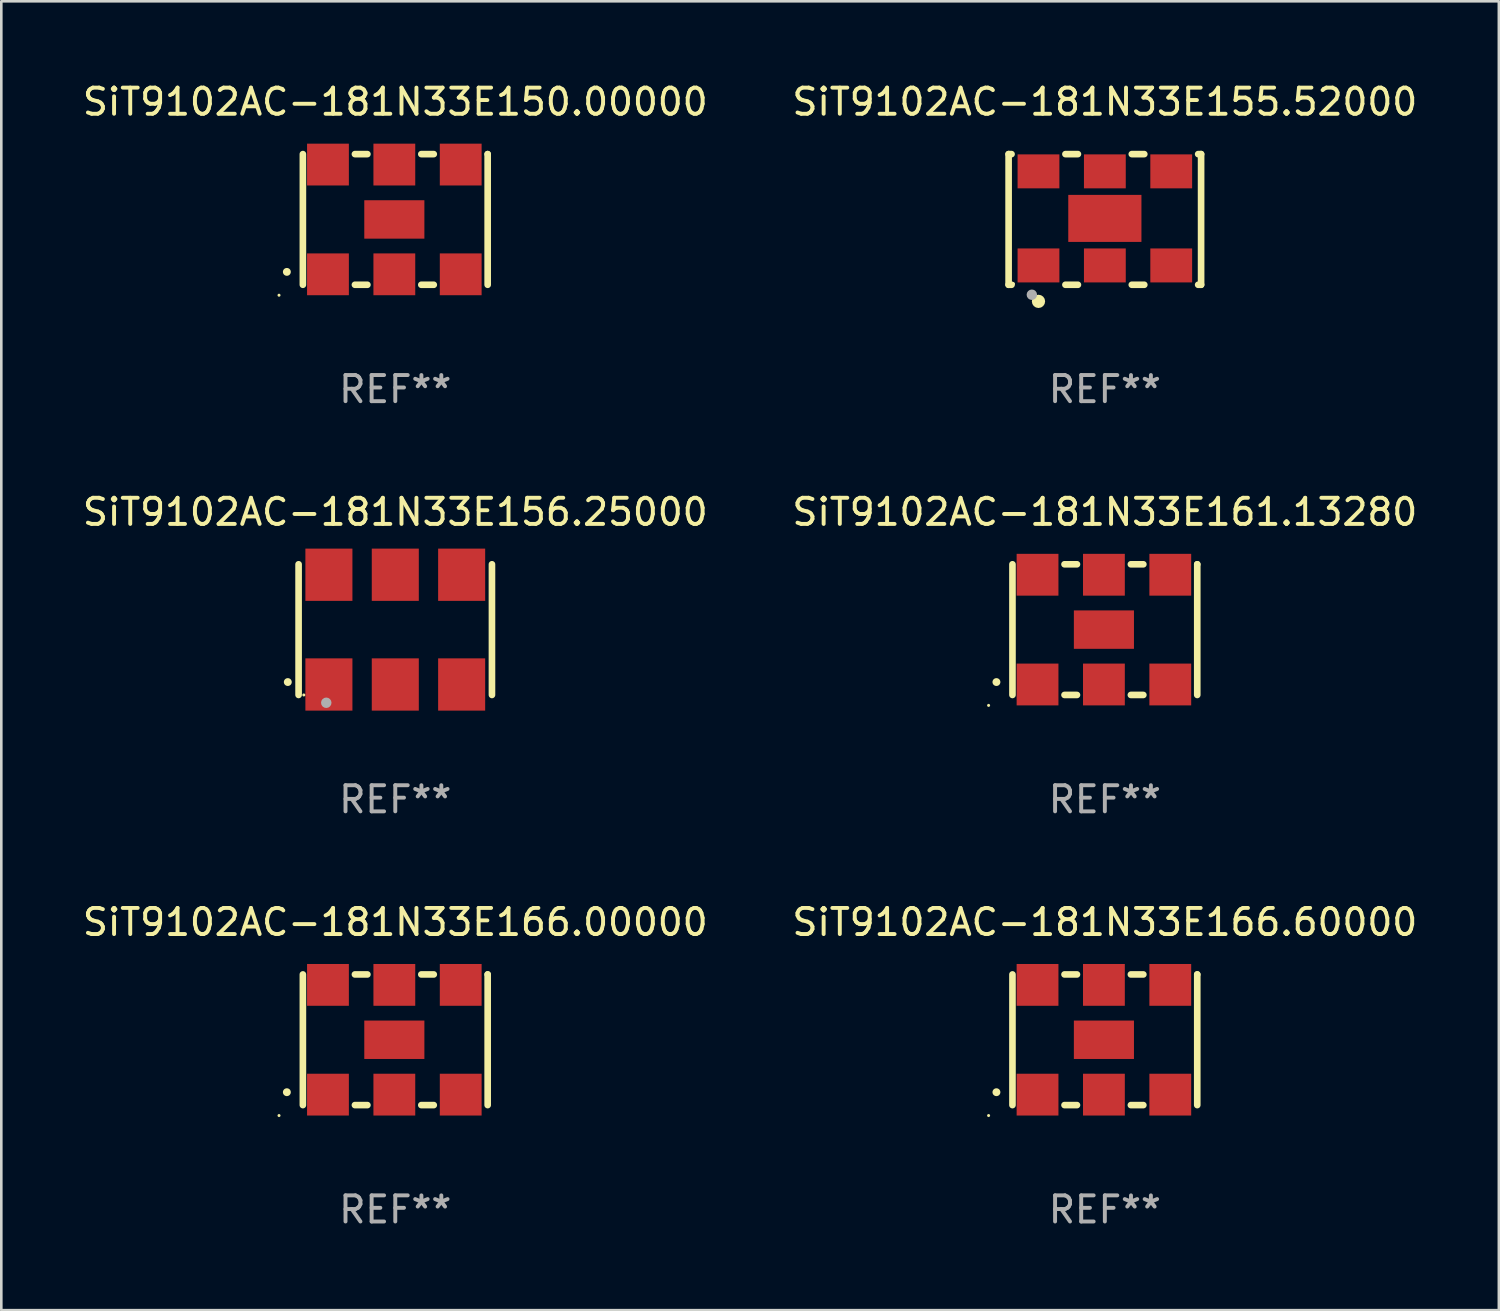
<source format=kicad_pcb>
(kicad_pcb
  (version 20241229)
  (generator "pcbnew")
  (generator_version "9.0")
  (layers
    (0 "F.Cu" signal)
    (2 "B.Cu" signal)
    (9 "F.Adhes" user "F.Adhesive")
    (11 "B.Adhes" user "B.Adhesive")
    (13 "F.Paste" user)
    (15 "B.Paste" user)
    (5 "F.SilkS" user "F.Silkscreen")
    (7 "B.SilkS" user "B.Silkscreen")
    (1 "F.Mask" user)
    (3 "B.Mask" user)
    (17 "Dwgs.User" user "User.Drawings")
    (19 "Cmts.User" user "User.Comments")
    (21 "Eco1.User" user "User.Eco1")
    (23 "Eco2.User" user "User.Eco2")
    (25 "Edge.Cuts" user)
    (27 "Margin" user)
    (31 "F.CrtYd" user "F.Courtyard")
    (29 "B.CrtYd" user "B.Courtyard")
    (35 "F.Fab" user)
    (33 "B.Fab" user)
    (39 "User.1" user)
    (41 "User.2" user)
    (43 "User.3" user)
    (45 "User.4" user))
  (footprint "SiT9102AC-181N33E166.00000"
    (layer "F.Cu")
    (at 12.077 36.741)
    (property "Reference" "SiT9102AC-181N33E166.00000" (at 0 -4.5 0) (layer "F.SilkS") (effects (font (size 1 1) (thickness 0.15))))
    (attr through_hole)
    (fp_line (start -3.536 -2.5) (end -3.536 2.5) (stroke (width 0.254) (type solid)) (layer "F.SilkS"))
    (fp_line (start -1.544 2.5) (end -1.067 2.5) (stroke (width 0.254) (type solid)) (layer "F.SilkS"))
    (fp_line (start -1.067 -2.5) (end -1.544 -2.5) (stroke (width 0.254) (type solid)) (layer "F.SilkS"))
    (fp_line (start 0.996 2.5) (end 1.473 2.5) (stroke (width 0.254) (type solid)) (layer "F.SilkS"))
    (fp_line (start 1.473 -2.5) (end 0.996 -2.5) (stroke (width 0.254) (type solid)) (layer "F.SilkS"))
    (fp_line (start 3.536 -2.5) (end 3.536 -2.5) (stroke (width 0.254) (type solid)) (layer "F.SilkS"))
    (fp_line (start 3.536 2.5) (end 3.536 -2.5) (stroke (width 0.254) (type solid)) (layer "F.SilkS"))
    (fp_arc (start -4.150432 2.006604) (mid -4.149162 2.006599) (end -4.147892 2.006604) (stroke (width 0.3) (type solid)) (layer "F.SilkS"))
    (fp_circle (center -4.449 2.9) (end -4.419 2.9) (stroke (width 0.06) (type solid)) (fill no) (layer "F.SilkS"))
    (fp_text user "REF**" (at 0 6.5 0) (layer "F.Fab") (effects (font (size 1 1) (thickness 0.15))))
    (pad "1" smd rect (at -2.576 2.1) (size 1.6 1.6) (layers "F.Cu" "F.Mask" "F.Paste"))
    (pad "2" smd rect (at -0.036 2.1) (size 1.6 1.6) (layers "F.Cu" "F.Mask" "F.Paste"))
    (pad "3" smd rect (at 2.504 2.1) (size 1.6 1.6) (layers "F.Cu" "F.Mask" "F.Paste"))
    (pad "4" smd rect (at 2.504 -2.1) (size 1.6 1.6) (layers "F.Cu" "F.Mask" "F.Paste"))
    (pad "5" smd rect (at -0.036 -2.1) (size 1.6 1.6) (layers "F.Cu" "F.Mask" "F.Paste"))
    (pad "6" smd rect (at -2.576 -2.1) (size 1.6 1.6) (layers "F.Cu" "F.Mask" "F.Paste"))
    (pad "7" smd rect (at -0.036 0) (size 2.3 1.47) (layers "F.Cu" "F.Mask" "F.Paste")))
  (footprint "SiT9102AC-181N33E156.25000"
    (layer "F.Cu")
    (at 12.077 21.045)
    (property "Reference" "SiT9102AC-181N33E156.25000" (at 0 -4.5 0) (layer "F.SilkS") (effects (font (size 1 1) (thickness 0.15))))
    (attr through_hole)
    (fp_line (start -3.7 -2.5) (end -3.7 2.5) (stroke (width 0.254) (type solid)) (layer "F.SilkS"))
    (fp_line (start 3.7 -2.5) (end 3.7 2.5) (stroke (width 0.254) (type solid)) (layer "F.SilkS"))
    (fp_arc (start -4.114415 2.006604) (mid -4.113145 2.006599) (end -4.111875 2.006604) (stroke (width 0.3) (type solid)) (layer "F.SilkS"))
    (fp_circle (center -3.5 2.501) (end -3.47 2.501) (stroke (width 0.06) (type solid)) (fill no) (layer "F.SilkS"))
    (fp_circle (center -2.641 2.799) (end -2.541 2.799) (stroke (width 0.2) (type solid)) (fill no) (layer "F.Fab"))
    (fp_text user "REF**" (at 0 6.5 0) (layer "F.Fab") (effects (font (size 1 1) (thickness 0.15))))
    (pad "1" smd rect (at -2.54 2.1) (size 1.8 2) (layers "F.Cu" "F.Mask" "F.Paste"))
    (pad "2" smd rect (at 0.000394 2.1) (size 1.8 2) (layers "F.Cu" "F.Mask" "F.Paste"))
    (pad "3" smd rect (at 2.54 2.1) (size 1.8 2) (layers "F.Cu" "F.Mask" "F.Paste"))
    (pad "4" smd rect (at 2.54 -2.1) (size 1.8 2) (layers "F.Cu" "F.Mask" "F.Paste"))
    (pad "5" smd rect (at 0.000394 -2.1) (size 1.8 2) (layers "F.Cu" "F.Mask" "F.Paste"))
    (pad "6" smd rect (at -2.54 -2.1) (size 1.8 2) (layers "F.Cu" "F.Mask" "F.Paste")))
  (footprint "SiT9102AC-181N33E161.13280"
    (layer "F.Cu")
    (at 39.232 21.045)
    (property "Reference" "SiT9102AC-181N33E161.13280" (at 0 -4.5 0) (layer "F.SilkS") (effects (font (size 1 1) (thickness 0.15))))
    (attr through_hole)
    (fp_line (start -3.536 -2.5) (end -3.536 2.5) (stroke (width 0.254) (type solid)) (layer "F.SilkS"))
    (fp_line (start -1.544 2.5) (end -1.067 2.5) (stroke (width 0.254) (type solid)) (layer "F.SilkS"))
    (fp_line (start -1.067 -2.5) (end -1.544 -2.5) (stroke (width 0.254) (type solid)) (layer "F.SilkS"))
    (fp_line (start 0.996 2.5) (end 1.473 2.5) (stroke (width 0.254) (type solid)) (layer "F.SilkS"))
    (fp_line (start 1.473 -2.5) (end 0.996 -2.5) (stroke (width 0.254) (type solid)) (layer "F.SilkS"))
    (fp_line (start 3.536 -2.5) (end 3.536 -2.5) (stroke (width 0.254) (type solid)) (layer "F.SilkS"))
    (fp_line (start 3.536 2.5) (end 3.536 -2.5) (stroke (width 0.254) (type solid)) (layer "F.SilkS"))
    (fp_arc (start -4.150432 2.006604) (mid -4.149162 2.006599) (end -4.147892 2.006604) (stroke (width 0.3) (type solid)) (layer "F.SilkS"))
    (fp_circle (center -4.449 2.9) (end -4.419 2.9) (stroke (width 0.06) (type solid)) (fill no) (layer "F.SilkS"))
    (fp_text user "REF**" (at 0 6.5 0) (layer "F.Fab") (effects (font (size 1 1) (thickness 0.15))))
    (pad "1" smd rect (at -2.576 2.1) (size 1.6 1.6) (layers "F.Cu" "F.Mask" "F.Paste"))
    (pad "2" smd rect (at -0.036 2.1) (size 1.6 1.6) (layers "F.Cu" "F.Mask" "F.Paste"))
    (pad "3" smd rect (at 2.504 2.1) (size 1.6 1.6) (layers "F.Cu" "F.Mask" "F.Paste"))
    (pad "4" smd rect (at 2.504 -2.1) (size 1.6 1.6) (layers "F.Cu" "F.Mask" "F.Paste"))
    (pad "5" smd rect (at -0.036 -2.1) (size 1.6 1.6) (layers "F.Cu" "F.Mask" "F.Paste"))
    (pad "6" smd rect (at -2.576 -2.1) (size 1.6 1.6) (layers "F.Cu" "F.Mask" "F.Paste"))
    (pad "7" smd rect (at -0.036 0) (size 2.3 1.47) (layers "F.Cu" "F.Mask" "F.Paste")))
  (footprint "SiT9102AC-181N33E166.60000"
    (layer "F.Cu")
    (at 39.232 36.741)
    (property "Reference" "SiT9102AC-181N33E166.60000" (at 0 -4.5 0) (layer "F.SilkS") (effects (font (size 1 1) (thickness 0.15))))
    (attr through_hole)
    (fp_line (start -3.536 -2.5) (end -3.536 2.5) (stroke (width 0.254) (type solid)) (layer "F.SilkS"))
    (fp_line (start -1.544 2.5) (end -1.067 2.5) (stroke (width 0.254) (type solid)) (layer "F.SilkS"))
    (fp_line (start -1.067 -2.5) (end -1.544 -2.5) (stroke (width 0.254) (type solid)) (layer "F.SilkS"))
    (fp_line (start 0.996 2.5) (end 1.473 2.5) (stroke (width 0.254) (type solid)) (layer "F.SilkS"))
    (fp_line (start 1.473 -2.5) (end 0.996 -2.5) (stroke (width 0.254) (type solid)) (layer "F.SilkS"))
    (fp_line (start 3.536 -2.5) (end 3.536 -2.5) (stroke (width 0.254) (type solid)) (layer "F.SilkS"))
    (fp_line (start 3.536 2.5) (end 3.536 -2.5) (stroke (width 0.254) (type solid)) (layer "F.SilkS"))
    (fp_arc (start -4.150432 2.006604) (mid -4.149162 2.006599) (end -4.147892 2.006604) (stroke (width 0.3) (type solid)) (layer "F.SilkS"))
    (fp_circle (center -4.449 2.9) (end -4.419 2.9) (stroke (width 0.06) (type solid)) (fill no) (layer "F.SilkS"))
    (fp_text user "REF**" (at 0 6.5 0) (layer "F.Fab") (effects (font (size 1 1) (thickness 0.15))))
    (pad "1" smd rect (at -2.576 2.1) (size 1.6 1.6) (layers "F.Cu" "F.Mask" "F.Paste"))
    (pad "2" smd rect (at -0.036 2.1) (size 1.6 1.6) (layers "F.Cu" "F.Mask" "F.Paste"))
    (pad "3" smd rect (at 2.504 2.1) (size 1.6 1.6) (layers "F.Cu" "F.Mask" "F.Paste"))
    (pad "4" smd rect (at 2.504 -2.1) (size 1.6 1.6) (layers "F.Cu" "F.Mask" "F.Paste"))
    (pad "5" smd rect (at -0.036 -2.1) (size 1.6 1.6) (layers "F.Cu" "F.Mask" "F.Paste"))
    (pad "6" smd rect (at -2.576 -2.1) (size 1.6 1.6) (layers "F.Cu" "F.Mask" "F.Paste"))
    (pad "7" smd rect (at -0.036 0) (size 2.3 1.47) (layers "F.Cu" "F.Mask" "F.Paste")))
  (footprint "SiT9102AC-181N33E155.52000"
    (layer "F.Cu")
    (at 39.232 5.348)
    (property "Reference" "SiT9102AC-181N33E155.52000" (at 0 -4.5 0) (layer "F.SilkS") (effects (font (size 1 1) (thickness 0.15))))
    (attr through_hole)
    (fp_line (start -3.683 -2.5) (end -3.571 -2.5) (stroke (width 0.254) (type solid)) (layer "F.SilkS"))
    (fp_line (start -3.683 2.5) (end -3.683 -2.5) (stroke (width 0.254) (type solid)) (layer "F.SilkS"))
    (fp_line (start -3.683 2.5) (end -3.571 2.5) (stroke (width 0.254) (type solid)) (layer "F.SilkS"))
    (fp_line (start -1.509 -2.5) (end -1.031 -2.5) (stroke (width 0.254) (type solid)) (layer "F.SilkS"))
    (fp_line (start -1.509 2.5) (end -1.031 2.5) (stroke (width 0.254) (type solid)) (layer "F.SilkS"))
    (fp_line (start 1.031 -2.5) (end 1.509 -2.5) (stroke (width 0.254) (type solid)) (layer "F.SilkS"))
    (fp_line (start 1.031 2.5) (end 1.509 2.5) (stroke (width 0.254) (type solid)) (layer "F.SilkS"))
    (fp_line (start 3.571 -2.5) (end 3.683 -2.5) (stroke (width 0.254) (type solid)) (layer "F.SilkS"))
    (fp_line (start 3.571 2.5) (end 3.683 2.5) (stroke (width 0.254) (type solid)) (layer "F.SilkS"))
    (fp_line (start 3.683 2.5) (end 3.683 -2.5) (stroke (width 0.254) (type solid)) (layer "F.SilkS"))
    (fp_circle (center -3.5 2.46) (end -3.47 2.46) (stroke (width 0.06) (type solid)) (fill no) (layer "F.SilkS"))
    (fp_circle (center -2.54 3.135) (end -2.413 3.135) (stroke (width 0.254) (type solid)) (fill no) (layer "F.SilkS"))
    (fp_circle (center -2.794 2.881) (end -2.694 2.881) (stroke (width 0.2) (type solid)) (fill no) (layer "F.Fab"))
    (fp_text user "REF**" (at 0 6.5 0) (layer "F.Fab") (effects (font (size 1 1) (thickness 0.15))))
    (pad "1" smd rect (at -2.54 1.76) (size 1.6 1.3) (layers "F.Cu" "F.Mask" "F.Paste"))
    (pad "2" smd rect (at 0 1.76) (size 1.6 1.3) (layers "F.Cu" "F.Mask" "F.Paste"))
    (pad "3" smd rect (at 2.54 1.76) (size 1.6 1.3) (layers "F.Cu" "F.Mask" "F.Paste"))
    (pad "4" smd rect (at 2.54 -1.84) (size 1.6 1.3) (layers "F.Cu" "F.Mask" "F.Paste"))
    (pad "5" smd rect (at 0 -1.84) (size 1.6 1.3) (layers "F.Cu" "F.Mask" "F.Paste"))
    (pad "6" smd rect (at -2.54 -1.84) (size 1.6 1.3) (layers "F.Cu" "F.Mask" "F.Paste"))
    (pad "7" smd rect (at 0 -0.04) (size 2.8 1.8) (layers "F.Cu" "F.Mask" "F.Paste")))
  (footprint "SiT9102AC-181N33E150.00000"
    (layer "F.Cu")
    (at 12.077 5.348)
    (property "Reference" "SiT9102AC-181N33E150.00000" (at 0 -4.5 0) (layer "F.SilkS") (effects (font (size 1 1) (thickness 0.15))))
    (attr through_hole)
    (fp_line (start -3.536 -2.5) (end -3.536 2.5) (stroke (width 0.254) (type solid)) (layer "F.SilkS"))
    (fp_line (start -1.544 2.5) (end -1.067 2.5) (stroke (width 0.254) (type solid)) (layer "F.SilkS"))
    (fp_line (start -1.067 -2.5) (end -1.544 -2.5) (stroke (width 0.254) (type solid)) (layer "F.SilkS"))
    (fp_line (start 0.996 2.5) (end 1.473 2.5) (stroke (width 0.254) (type solid)) (layer "F.SilkS"))
    (fp_line (start 1.473 -2.5) (end 0.996 -2.5) (stroke (width 0.254) (type solid)) (layer "F.SilkS"))
    (fp_line (start 3.536 -2.5) (end 3.536 -2.5) (stroke (width 0.254) (type solid)) (layer "F.SilkS"))
    (fp_line (start 3.536 2.5) (end 3.536 -2.5) (stroke (width 0.254) (type solid)) (layer "F.SilkS"))
    (fp_arc (start -4.150432 2.006604) (mid -4.149162 2.006599) (end -4.147892 2.006604) (stroke (width 0.3) (type solid)) (layer "F.SilkS"))
    (fp_circle (center -4.449 2.9) (end -4.419 2.9) (stroke (width 0.06) (type solid)) (fill no) (layer "F.SilkS"))
    (fp_text user "REF**" (at 0 6.5 0) (layer "F.Fab") (effects (font (size 1 1) (thickness 0.15))))
    (pad "1" smd rect (at -2.576 2.1) (size 1.6 1.6) (layers "F.Cu" "F.Mask" "F.Paste"))
    (pad "2" smd rect (at -0.036 2.1) (size 1.6 1.6) (layers "F.Cu" "F.Mask" "F.Paste"))
    (pad "3" smd rect (at 2.504 2.1) (size 1.6 1.6) (layers "F.Cu" "F.Mask" "F.Paste"))
    (pad "4" smd rect (at 2.504 -2.1) (size 1.6 1.6) (layers "F.Cu" "F.Mask" "F.Paste"))
    (pad "5" smd rect (at -0.036 -2.1) (size 1.6 1.6) (layers "F.Cu" "F.Mask" "F.Paste"))
    (pad "6" smd rect (at -2.576 -2.1) (size 1.6 1.6) (layers "F.Cu" "F.Mask" "F.Paste"))
    (pad "7" smd rect (at -0.036 0) (size 2.3 1.47) (layers "F.Cu" "F.Mask" "F.Paste")))
  (gr_rect
    (start -3 -3)
    (end 54.31 47.09)
    (stroke (width 0.1) (type default))
    (fill no)
    (layer "Edge.Cuts")))
</source>
